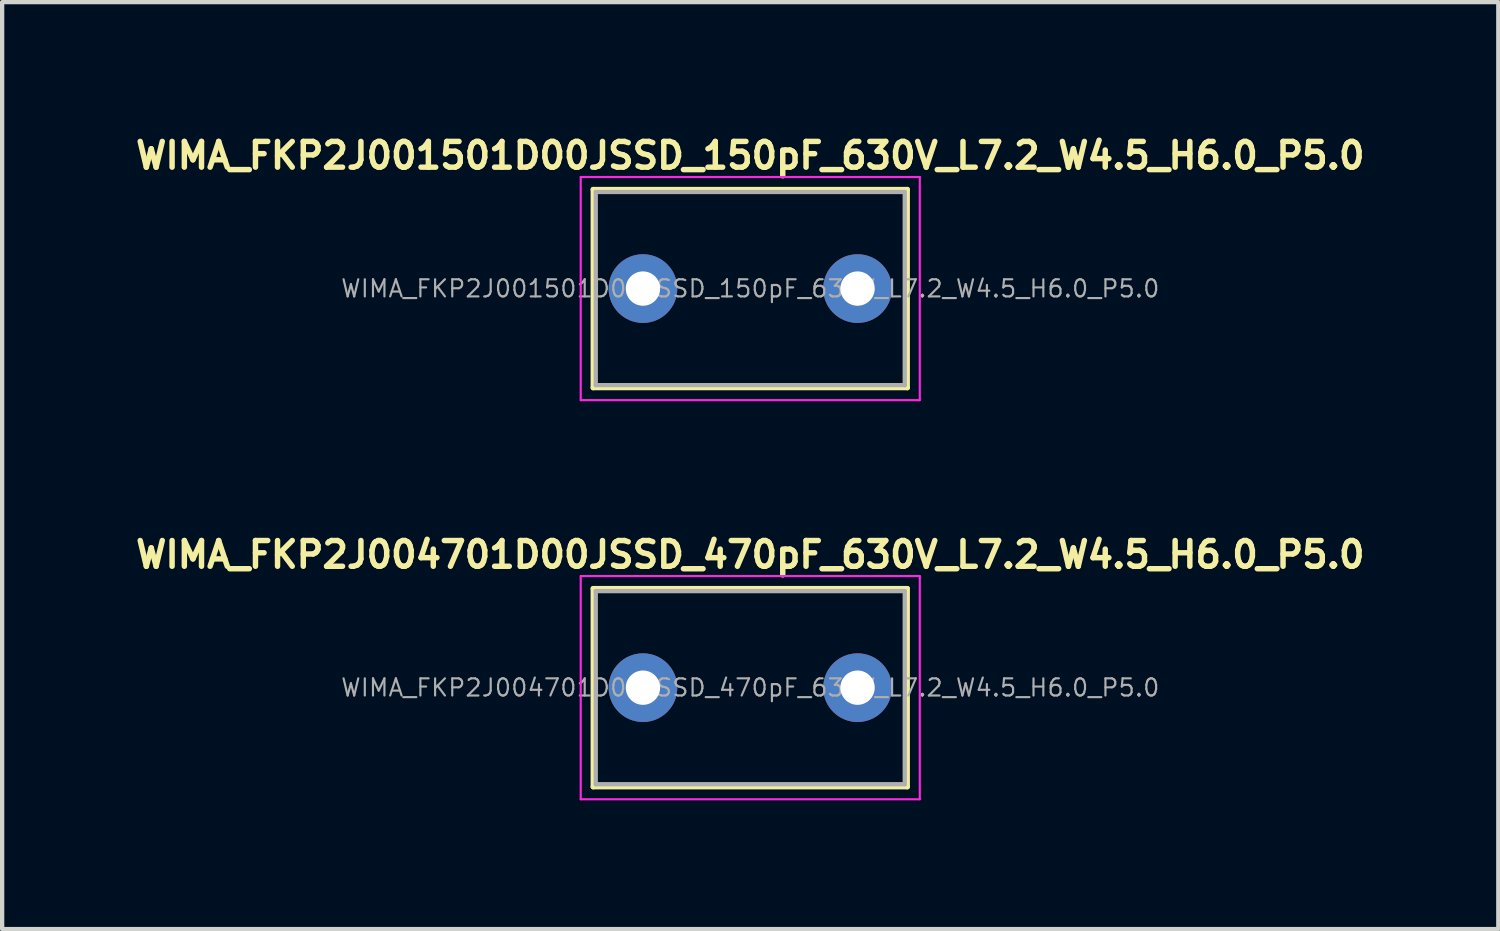
<source format=kicad_pcb>
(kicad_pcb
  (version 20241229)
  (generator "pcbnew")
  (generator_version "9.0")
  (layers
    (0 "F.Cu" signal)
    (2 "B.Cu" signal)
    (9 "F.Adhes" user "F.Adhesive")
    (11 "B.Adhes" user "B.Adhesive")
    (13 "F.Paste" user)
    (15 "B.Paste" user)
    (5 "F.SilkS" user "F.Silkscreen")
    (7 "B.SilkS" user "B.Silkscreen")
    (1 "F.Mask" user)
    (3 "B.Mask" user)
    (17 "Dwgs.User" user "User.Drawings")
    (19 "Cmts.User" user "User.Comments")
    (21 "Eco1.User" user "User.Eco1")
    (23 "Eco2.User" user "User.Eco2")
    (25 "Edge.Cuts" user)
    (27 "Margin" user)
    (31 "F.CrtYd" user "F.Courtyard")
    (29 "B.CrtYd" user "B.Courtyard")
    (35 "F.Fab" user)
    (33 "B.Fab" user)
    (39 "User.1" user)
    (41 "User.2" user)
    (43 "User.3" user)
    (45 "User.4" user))
  (footprint "WIMA_FKP2J001501D00JSSD_150pF_630V_L7.2_W4.5_H6.0_P5.0"
    (layer "F.Cu")
    (at 14.431 3.674)
    (property "Reference" "WIMA_FKP2J001501D00JSSD_150pF_630V_L7.2_W4.5_H6.0_P5.0" (at 0 -3.1 0) (layer "F.SilkS") (effects (font (size 0.6 0.6) (thickness 0.127))))
    (attr through_hole)
    (fp_line (start -3.66 -2.31) (end -3.66 2.31) (stroke (width 0.12) (type solid)) (layer "F.SilkS"))
    (fp_line (start -3.66 -2.31) (end 3.66 -2.31) (stroke (width 0.12) (type solid)) (layer "F.SilkS"))
    (fp_line (start -3.66 2.31) (end 3.66 2.31) (stroke (width 0.12) (type solid)) (layer "F.SilkS"))
    (fp_line (start 3.66 -2.31) (end 3.66 2.31) (stroke (width 0.12) (type solid)) (layer "F.SilkS"))
    (fp_line (start -3.95 -2.6) (end -3.95 2.6) (stroke (width 0.05) (type solid)) (layer "F.CrtYd"))
    (fp_line (start -3.95 2.6) (end 3.95 2.6) (stroke (width 0.05) (type solid)) (layer "F.CrtYd"))
    (fp_line (start 3.95 -2.6) (end -3.95 -2.6) (stroke (width 0.05) (type solid)) (layer "F.CrtYd"))
    (fp_line (start 3.95 2.6) (end 3.95 -2.6) (stroke (width 0.05) (type solid)) (layer "F.CrtYd"))
    (fp_line (start -3.6 -2.25) (end -3.6 2.25) (stroke (width 0.1) (type solid)) (layer "F.Fab"))
    (fp_line (start -3.6 2.25) (end 3.6 2.25) (stroke (width 0.1) (type solid)) (layer "F.Fab"))
    (fp_line (start 3.6 -2.25) (end -3.6 -2.25) (stroke (width 0.1) (type solid)) (layer "F.Fab"))
    (fp_line (start 3.6 2.25) (end 3.6 -2.25) (stroke (width 0.1) (type solid)) (layer "F.Fab"))
    (fp_text user "${REFERENCE}" (at 0 0 0) (layer "F.Fab") (effects (font (size 0.4 0.4) (thickness 0.05))))
    (pad "1" thru_hole circle (at -2.5 0) (size 1.6 1.6) (drill 0.8) (layers "*.Cu" "*.Mask"))
    (pad "2" thru_hole circle (at 2.5 0) (size 1.6 1.6) (drill 0.8) (layers "*.Cu" "*.Mask")))
  (footprint "WIMA_FKP2J004701D00JSSD_470pF_630V_L7.2_W4.5_H6.0_P5.0"
    (layer "F.Cu")
    (at 14.431 12.973)
    (property "Reference" "WIMA_FKP2J004701D00JSSD_470pF_630V_L7.2_W4.5_H6.0_P5.0" (at 0 -3.1 0) (layer "F.SilkS") (effects (font (size 0.6 0.6) (thickness 0.127))))
    (attr through_hole)
    (fp_line (start -3.66 -2.31) (end -3.66 2.31) (stroke (width 0.12) (type solid)) (layer "F.SilkS"))
    (fp_line (start -3.66 -2.31) (end 3.66 -2.31) (stroke (width 0.12) (type solid)) (layer "F.SilkS"))
    (fp_line (start -3.66 2.31) (end 3.66 2.31) (stroke (width 0.12) (type solid)) (layer "F.SilkS"))
    (fp_line (start 3.66 -2.31) (end 3.66 2.31) (stroke (width 0.12) (type solid)) (layer "F.SilkS"))
    (fp_line (start -3.95 -2.6) (end -3.95 2.6) (stroke (width 0.05) (type solid)) (layer "F.CrtYd"))
    (fp_line (start -3.95 2.6) (end 3.95 2.6) (stroke (width 0.05) (type solid)) (layer "F.CrtYd"))
    (fp_line (start 3.95 -2.6) (end -3.95 -2.6) (stroke (width 0.05) (type solid)) (layer "F.CrtYd"))
    (fp_line (start 3.95 2.6) (end 3.95 -2.6) (stroke (width 0.05) (type solid)) (layer "F.CrtYd"))
    (fp_line (start -3.6 -2.25) (end -3.6 2.25) (stroke (width 0.1) (type solid)) (layer "F.Fab"))
    (fp_line (start -3.6 2.25) (end 3.6 2.25) (stroke (width 0.1) (type solid)) (layer "F.Fab"))
    (fp_line (start 3.6 -2.25) (end -3.6 -2.25) (stroke (width 0.1) (type solid)) (layer "F.Fab"))
    (fp_line (start 3.6 2.25) (end 3.6 -2.25) (stroke (width 0.1) (type solid)) (layer "F.Fab"))
    (fp_text user "${REFERENCE}" (at 0 0 0) (layer "F.Fab") (effects (font (size 0.4 0.4) (thickness 0.05))))
    (pad "1" thru_hole circle (at -2.5 0) (size 1.6 1.6) (drill 0.8) (layers "*.Cu" "*.Mask"))
    (pad "2" thru_hole circle (at 2.5 0) (size 1.6 1.6) (drill 0.8) (layers "*.Cu" "*.Mask")))
  (gr_rect
    (start -3 -3)
    (end 31.861 18.598)
    (stroke (width 0.1) (type default))
    (fill no)
    (layer "Edge.Cuts")))
</source>
